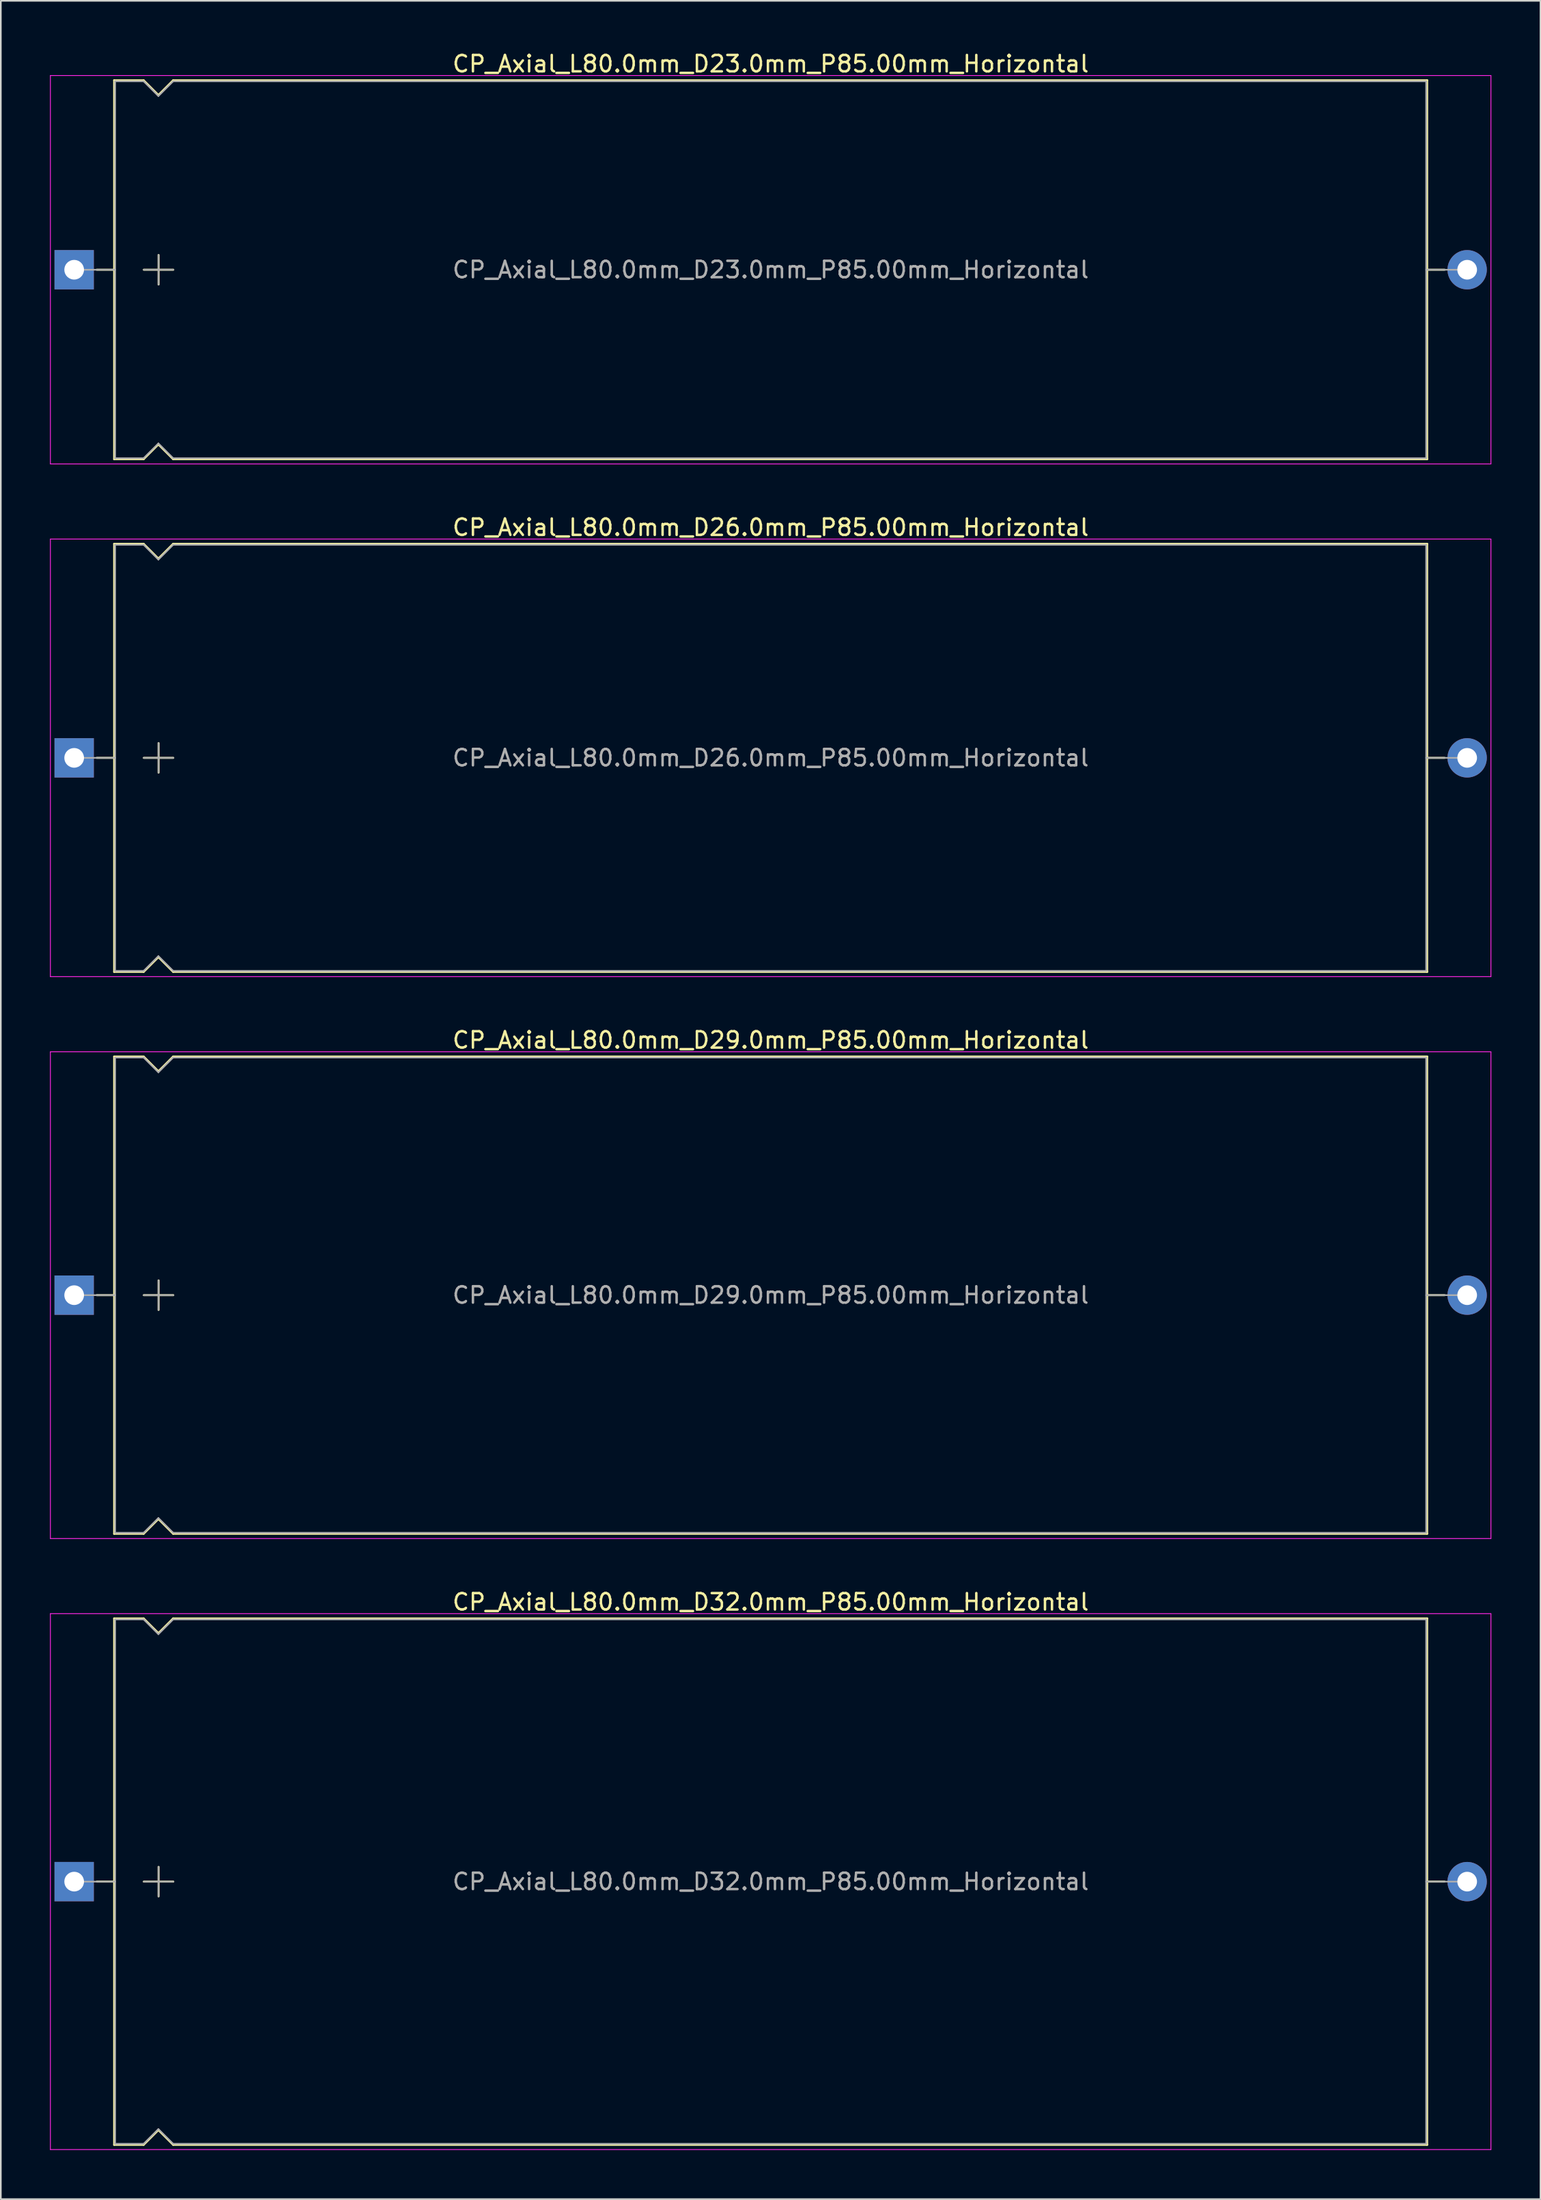
<source format=kicad_pcb>
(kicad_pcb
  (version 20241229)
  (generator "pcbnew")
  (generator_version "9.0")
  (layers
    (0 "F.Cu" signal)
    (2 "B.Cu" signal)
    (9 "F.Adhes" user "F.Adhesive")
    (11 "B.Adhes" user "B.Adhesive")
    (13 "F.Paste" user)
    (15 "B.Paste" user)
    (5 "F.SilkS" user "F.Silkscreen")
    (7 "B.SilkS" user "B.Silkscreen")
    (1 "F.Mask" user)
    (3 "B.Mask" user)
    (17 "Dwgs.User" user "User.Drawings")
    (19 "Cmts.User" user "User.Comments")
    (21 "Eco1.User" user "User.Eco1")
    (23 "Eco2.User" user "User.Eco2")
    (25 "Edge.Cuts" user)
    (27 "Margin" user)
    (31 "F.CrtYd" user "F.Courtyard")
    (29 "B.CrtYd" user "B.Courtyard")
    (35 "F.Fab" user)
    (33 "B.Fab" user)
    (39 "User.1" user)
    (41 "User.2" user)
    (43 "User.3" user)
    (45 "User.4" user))
  (footprint "CP_Axial_L80.0mm_D32.0mm_P85.00mm_Horizontal"
    (layer "F.Cu")
    (at 1.475 111.758)
    (property "Reference" "CP_Axial_L80.0mm_D32.0mm_P85.00mm_Horizontal" (at 42.5 -17.06 0) (layer "F.SilkS") (effects (font (size 1 1) (thickness 0.15))))
    (attr through_hole)
    (fp_line (start 1.38 0) (end 2.44 0) (stroke (width 0.12) (type solid)) (layer "F.SilkS"))
    (fp_line (start 2.44 -16.06) (end 2.44 16.06) (stroke (width 0.12) (type solid)) (layer "F.SilkS"))
    (fp_line (start 2.44 -16.06) (end 4.24 -16.06) (stroke (width 0.12) (type solid)) (layer "F.SilkS"))
    (fp_line (start 2.44 16.06) (end 4.24 16.06) (stroke (width 0.12) (type solid)) (layer "F.SilkS"))
    (fp_line (start 4.24 -16.06) (end 5.14 -15.16) (stroke (width 0.12) (type solid)) (layer "F.SilkS"))
    (fp_line (start 4.24 16.06) (end 5.14 15.16) (stroke (width 0.12) (type solid)) (layer "F.SilkS"))
    (fp_line (start 4.25 0) (end 6.05 0) (stroke (width 0.12) (type solid)) (layer "F.SilkS"))
    (fp_line (start 5.14 -15.16) (end 6.04 -16.06) (stroke (width 0.12) (type solid)) (layer "F.SilkS"))
    (fp_line (start 5.14 15.16) (end 6.04 16.06) (stroke (width 0.12) (type solid)) (layer "F.SilkS"))
    (fp_line (start 5.15 -0.9) (end 5.15 0.9) (stroke (width 0.12) (type solid)) (layer "F.SilkS"))
    (fp_line (start 6.04 -16.06) (end 82.56 -16.06) (stroke (width 0.12) (type solid)) (layer "F.SilkS"))
    (fp_line (start 6.04 16.06) (end 82.56 16.06) (stroke (width 0.12) (type solid)) (layer "F.SilkS"))
    (fp_line (start 82.56 -16.06) (end 82.56 16.06) (stroke (width 0.12) (type solid)) (layer "F.SilkS"))
    (fp_line (start 83.62 0) (end 82.56 0) (stroke (width 0.12) (type solid)) (layer "F.SilkS"))
    (fp_line (start -1.45 -16.35) (end -1.45 16.35) (stroke (width 0.05) (type solid)) (layer "F.CrtYd"))
    (fp_line (start -1.45 16.35) (end 86.45 16.35) (stroke (width 0.05) (type solid)) (layer "F.CrtYd"))
    (fp_line (start 86.45 -16.35) (end -1.45 -16.35) (stroke (width 0.05) (type solid)) (layer "F.CrtYd"))
    (fp_line (start 86.45 16.35) (end 86.45 -16.35) (stroke (width 0.05) (type solid)) (layer "F.CrtYd"))
    (fp_line (start 0 0) (end 2.5 0) (stroke (width 0.1) (type solid)) (layer "F.Fab"))
    (fp_line (start 2.5 -16) (end 2.5 16) (stroke (width 0.1) (type solid)) (layer "F.Fab"))
    (fp_line (start 2.5 -16) (end 4.24 -16) (stroke (width 0.1) (type solid)) (layer "F.Fab"))
    (fp_line (start 2.5 16) (end 4.24 16) (stroke (width 0.1) (type solid)) (layer "F.Fab"))
    (fp_line (start 4.24 -16) (end 5.14 -15.1) (stroke (width 0.1) (type solid)) (layer "F.Fab"))
    (fp_line (start 4.24 16) (end 5.14 15.1) (stroke (width 0.1) (type solid)) (layer "F.Fab"))
    (fp_line (start 4.25 0) (end 6.05 0) (stroke (width 0.1) (type solid)) (layer "F.Fab"))
    (fp_line (start 5.14 -15.1) (end 6.04 -16) (stroke (width 0.1) (type solid)) (layer "F.Fab"))
    (fp_line (start 5.14 15.1) (end 6.04 16) (stroke (width 0.1) (type solid)) (layer "F.Fab"))
    (fp_line (start 5.15 -0.9) (end 5.15 0.9) (stroke (width 0.1) (type solid)) (layer "F.Fab"))
    (fp_line (start 6.04 -16) (end 82.5 -16) (stroke (width 0.1) (type solid)) (layer "F.Fab"))
    (fp_line (start 6.04 16) (end 82.5 16) (stroke (width 0.1) (type solid)) (layer "F.Fab"))
    (fp_line (start 82.5 -16) (end 82.5 16) (stroke (width 0.1) (type solid)) (layer "F.Fab"))
    (fp_line (start 85 0) (end 82.5 0) (stroke (width 0.1) (type solid)) (layer "F.Fab"))
    (fp_text user "${REFERENCE}" (at 42.5 0 0) (layer "F.Fab") (effects (font (size 1 1) (thickness 0.15))))
    (pad "1" thru_hole rect (at 0 0) (size 2.4 2.4) (drill 1.2) (layers "*.Cu" "*.Mask"))
    (pad "2" thru_hole oval (at 85 0) (size 2.4 2.4) (drill 1.2) (layers "*.Cu" "*.Mask")))
  (footprint "CP_Axial_L80.0mm_D26.0mm_P85.00mm_Horizontal"
    (layer "F.Cu")
    (at 1.475 43.191)
    (property "Reference" "CP_Axial_L80.0mm_D26.0mm_P85.00mm_Horizontal" (at 42.5 -14.06 0) (layer "F.SilkS") (effects (font (size 1 1) (thickness 0.15))))
    (attr through_hole)
    (fp_line (start 1.38 0) (end 2.44 0) (stroke (width 0.12) (type solid)) (layer "F.SilkS"))
    (fp_line (start 2.44 -13.06) (end 2.44 13.06) (stroke (width 0.12) (type solid)) (layer "F.SilkS"))
    (fp_line (start 2.44 -13.06) (end 4.24 -13.06) (stroke (width 0.12) (type solid)) (layer "F.SilkS"))
    (fp_line (start 2.44 13.06) (end 4.24 13.06) (stroke (width 0.12) (type solid)) (layer "F.SilkS"))
    (fp_line (start 4.24 -13.06) (end 5.14 -12.16) (stroke (width 0.12) (type solid)) (layer "F.SilkS"))
    (fp_line (start 4.24 13.06) (end 5.14 12.16) (stroke (width 0.12) (type solid)) (layer "F.SilkS"))
    (fp_line (start 4.25 0) (end 6.05 0) (stroke (width 0.12) (type solid)) (layer "F.SilkS"))
    (fp_line (start 5.14 -12.16) (end 6.04 -13.06) (stroke (width 0.12) (type solid)) (layer "F.SilkS"))
    (fp_line (start 5.14 12.16) (end 6.04 13.06) (stroke (width 0.12) (type solid)) (layer "F.SilkS"))
    (fp_line (start 5.15 -0.9) (end 5.15 0.9) (stroke (width 0.12) (type solid)) (layer "F.SilkS"))
    (fp_line (start 6.04 -13.06) (end 82.56 -13.06) (stroke (width 0.12) (type solid)) (layer "F.SilkS"))
    (fp_line (start 6.04 13.06) (end 82.56 13.06) (stroke (width 0.12) (type solid)) (layer "F.SilkS"))
    (fp_line (start 82.56 -13.06) (end 82.56 13.06) (stroke (width 0.12) (type solid)) (layer "F.SilkS"))
    (fp_line (start 83.62 0) (end 82.56 0) (stroke (width 0.12) (type solid)) (layer "F.SilkS"))
    (fp_line (start -1.45 -13.35) (end -1.45 13.35) (stroke (width 0.05) (type solid)) (layer "F.CrtYd"))
    (fp_line (start -1.45 13.35) (end 86.45 13.35) (stroke (width 0.05) (type solid)) (layer "F.CrtYd"))
    (fp_line (start 86.45 -13.35) (end -1.45 -13.35) (stroke (width 0.05) (type solid)) (layer "F.CrtYd"))
    (fp_line (start 86.45 13.35) (end 86.45 -13.35) (stroke (width 0.05) (type solid)) (layer "F.CrtYd"))
    (fp_line (start 0 0) (end 2.5 0) (stroke (width 0.1) (type solid)) (layer "F.Fab"))
    (fp_line (start 2.5 -13) (end 2.5 13) (stroke (width 0.1) (type solid)) (layer "F.Fab"))
    (fp_line (start 2.5 -13) (end 4.24 -13) (stroke (width 0.1) (type solid)) (layer "F.Fab"))
    (fp_line (start 2.5 13) (end 4.24 13) (stroke (width 0.1) (type solid)) (layer "F.Fab"))
    (fp_line (start 4.24 -13) (end 5.14 -12.1) (stroke (width 0.1) (type solid)) (layer "F.Fab"))
    (fp_line (start 4.24 13) (end 5.14 12.1) (stroke (width 0.1) (type solid)) (layer "F.Fab"))
    (fp_line (start 4.25 0) (end 6.05 0) (stroke (width 0.1) (type solid)) (layer "F.Fab"))
    (fp_line (start 5.14 -12.1) (end 6.04 -13) (stroke (width 0.1) (type solid)) (layer "F.Fab"))
    (fp_line (start 5.14 12.1) (end 6.04 13) (stroke (width 0.1) (type solid)) (layer "F.Fab"))
    (fp_line (start 5.15 -0.9) (end 5.15 0.9) (stroke (width 0.1) (type solid)) (layer "F.Fab"))
    (fp_line (start 6.04 -13) (end 82.5 -13) (stroke (width 0.1) (type solid)) (layer "F.Fab"))
    (fp_line (start 6.04 13) (end 82.5 13) (stroke (width 0.1) (type solid)) (layer "F.Fab"))
    (fp_line (start 82.5 -13) (end 82.5 13) (stroke (width 0.1) (type solid)) (layer "F.Fab"))
    (fp_line (start 85 0) (end 82.5 0) (stroke (width 0.1) (type solid)) (layer "F.Fab"))
    (fp_text user "${REFERENCE}" (at 42.5 0 0) (layer "F.Fab") (effects (font (size 1 1) (thickness 0.15))))
    (pad "1" thru_hole rect (at 0 0) (size 2.4 2.4) (drill 1.2) (layers "*.Cu" "*.Mask"))
    (pad "2" thru_hole oval (at 85 0) (size 2.4 2.4) (drill 1.2) (layers "*.Cu" "*.Mask")))
  (footprint "CP_Axial_L80.0mm_D23.0mm_P85.00mm_Horizontal"
    (layer "F.Cu")
    (at 1.475 13.408)
    (property "Reference" "CP_Axial_L80.0mm_D23.0mm_P85.00mm_Horizontal" (at 42.5 -12.56 0) (layer "F.SilkS") (effects (font (size 1 1) (thickness 0.15))))
    (attr through_hole)
    (fp_line (start 1.38 0) (end 2.44 0) (stroke (width 0.12) (type solid)) (layer "F.SilkS"))
    (fp_line (start 2.44 -11.56) (end 2.44 11.56) (stroke (width 0.12) (type solid)) (layer "F.SilkS"))
    (fp_line (start 2.44 -11.56) (end 4.24 -11.56) (stroke (width 0.12) (type solid)) (layer "F.SilkS"))
    (fp_line (start 2.44 11.56) (end 4.24 11.56) (stroke (width 0.12) (type solid)) (layer "F.SilkS"))
    (fp_line (start 4.24 -11.56) (end 5.14 -10.66) (stroke (width 0.12) (type solid)) (layer "F.SilkS"))
    (fp_line (start 4.24 11.56) (end 5.14 10.66) (stroke (width 0.12) (type solid)) (layer "F.SilkS"))
    (fp_line (start 4.25 0) (end 6.05 0) (stroke (width 0.12) (type solid)) (layer "F.SilkS"))
    (fp_line (start 5.14 -10.66) (end 6.04 -11.56) (stroke (width 0.12) (type solid)) (layer "F.SilkS"))
    (fp_line (start 5.14 10.66) (end 6.04 11.56) (stroke (width 0.12) (type solid)) (layer "F.SilkS"))
    (fp_line (start 5.15 -0.9) (end 5.15 0.9) (stroke (width 0.12) (type solid)) (layer "F.SilkS"))
    (fp_line (start 6.04 -11.56) (end 82.56 -11.56) (stroke (width 0.12) (type solid)) (layer "F.SilkS"))
    (fp_line (start 6.04 11.56) (end 82.56 11.56) (stroke (width 0.12) (type solid)) (layer "F.SilkS"))
    (fp_line (start 82.56 -11.56) (end 82.56 11.56) (stroke (width 0.12) (type solid)) (layer "F.SilkS"))
    (fp_line (start 83.62 0) (end 82.56 0) (stroke (width 0.12) (type solid)) (layer "F.SilkS"))
    (fp_line (start -1.45 -11.85) (end -1.45 11.85) (stroke (width 0.05) (type solid)) (layer "F.CrtYd"))
    (fp_line (start -1.45 11.85) (end 86.45 11.85) (stroke (width 0.05) (type solid)) (layer "F.CrtYd"))
    (fp_line (start 86.45 -11.85) (end -1.45 -11.85) (stroke (width 0.05) (type solid)) (layer "F.CrtYd"))
    (fp_line (start 86.45 11.85) (end 86.45 -11.85) (stroke (width 0.05) (type solid)) (layer "F.CrtYd"))
    (fp_line (start 0 0) (end 2.5 0) (stroke (width 0.1) (type solid)) (layer "F.Fab"))
    (fp_line (start 2.5 -11.5) (end 2.5 11.5) (stroke (width 0.1) (type solid)) (layer "F.Fab"))
    (fp_line (start 2.5 -11.5) (end 4.24 -11.5) (stroke (width 0.1) (type solid)) (layer "F.Fab"))
    (fp_line (start 2.5 11.5) (end 4.24 11.5) (stroke (width 0.1) (type solid)) (layer "F.Fab"))
    (fp_line (start 4.24 -11.5) (end 5.14 -10.6) (stroke (width 0.1) (type solid)) (layer "F.Fab"))
    (fp_line (start 4.24 11.5) (end 5.14 10.6) (stroke (width 0.1) (type solid)) (layer "F.Fab"))
    (fp_line (start 4.25 0) (end 6.05 0) (stroke (width 0.1) (type solid)) (layer "F.Fab"))
    (fp_line (start 5.14 -10.6) (end 6.04 -11.5) (stroke (width 0.1) (type solid)) (layer "F.Fab"))
    (fp_line (start 5.14 10.6) (end 6.04 11.5) (stroke (width 0.1) (type solid)) (layer "F.Fab"))
    (fp_line (start 5.15 -0.9) (end 5.15 0.9) (stroke (width 0.1) (type solid)) (layer "F.Fab"))
    (fp_line (start 6.04 -11.5) (end 82.5 -11.5) (stroke (width 0.1) (type solid)) (layer "F.Fab"))
    (fp_line (start 6.04 11.5) (end 82.5 11.5) (stroke (width 0.1) (type solid)) (layer "F.Fab"))
    (fp_line (start 82.5 -11.5) (end 82.5 11.5) (stroke (width 0.1) (type solid)) (layer "F.Fab"))
    (fp_line (start 85 0) (end 82.5 0) (stroke (width 0.1) (type solid)) (layer "F.Fab"))
    (fp_text user "${REFERENCE}" (at 42.5 0 0) (layer "F.Fab") (effects (font (size 1 1) (thickness 0.15))))
    (pad "1" thru_hole rect (at 0 0) (size 2.4 2.4) (drill 1.2) (layers "*.Cu" "*.Mask"))
    (pad "2" thru_hole oval (at 85 0) (size 2.4 2.4) (drill 1.2) (layers "*.Cu" "*.Mask")))
  (footprint "CP_Axial_L80.0mm_D29.0mm_P85.00mm_Horizontal"
    (layer "F.Cu")
    (at 1.475 75.975)
    (property "Reference" "CP_Axial_L80.0mm_D29.0mm_P85.00mm_Horizontal" (at 42.5 -15.56 0) (layer "F.SilkS") (effects (font (size 1 1) (thickness 0.15))))
    (attr through_hole)
    (fp_line (start 1.38 0) (end 2.44 0) (stroke (width 0.12) (type solid)) (layer "F.SilkS"))
    (fp_line (start 2.44 -14.56) (end 2.44 14.56) (stroke (width 0.12) (type solid)) (layer "F.SilkS"))
    (fp_line (start 2.44 -14.56) (end 4.24 -14.56) (stroke (width 0.12) (type solid)) (layer "F.SilkS"))
    (fp_line (start 2.44 14.56) (end 4.24 14.56) (stroke (width 0.12) (type solid)) (layer "F.SilkS"))
    (fp_line (start 4.24 -14.56) (end 5.14 -13.66) (stroke (width 0.12) (type solid)) (layer "F.SilkS"))
    (fp_line (start 4.24 14.56) (end 5.14 13.66) (stroke (width 0.12) (type solid)) (layer "F.SilkS"))
    (fp_line (start 4.25 0) (end 6.05 0) (stroke (width 0.12) (type solid)) (layer "F.SilkS"))
    (fp_line (start 5.14 -13.66) (end 6.04 -14.56) (stroke (width 0.12) (type solid)) (layer "F.SilkS"))
    (fp_line (start 5.14 13.66) (end 6.04 14.56) (stroke (width 0.12) (type solid)) (layer "F.SilkS"))
    (fp_line (start 5.15 -0.9) (end 5.15 0.9) (stroke (width 0.12) (type solid)) (layer "F.SilkS"))
    (fp_line (start 6.04 -14.56) (end 82.56 -14.56) (stroke (width 0.12) (type solid)) (layer "F.SilkS"))
    (fp_line (start 6.04 14.56) (end 82.56 14.56) (stroke (width 0.12) (type solid)) (layer "F.SilkS"))
    (fp_line (start 82.56 -14.56) (end 82.56 14.56) (stroke (width 0.12) (type solid)) (layer "F.SilkS"))
    (fp_line (start 83.62 0) (end 82.56 0) (stroke (width 0.12) (type solid)) (layer "F.SilkS"))
    (fp_line (start -1.45 -14.85) (end -1.45 14.85) (stroke (width 0.05) (type solid)) (layer "F.CrtYd"))
    (fp_line (start -1.45 14.85) (end 86.45 14.85) (stroke (width 0.05) (type solid)) (layer "F.CrtYd"))
    (fp_line (start 86.45 -14.85) (end -1.45 -14.85) (stroke (width 0.05) (type solid)) (layer "F.CrtYd"))
    (fp_line (start 86.45 14.85) (end 86.45 -14.85) (stroke (width 0.05) (type solid)) (layer "F.CrtYd"))
    (fp_line (start 0 0) (end 2.5 0) (stroke (width 0.1) (type solid)) (layer "F.Fab"))
    (fp_line (start 2.5 -14.5) (end 2.5 14.5) (stroke (width 0.1) (type solid)) (layer "F.Fab"))
    (fp_line (start 2.5 -14.5) (end 4.24 -14.5) (stroke (width 0.1) (type solid)) (layer "F.Fab"))
    (fp_line (start 2.5 14.5) (end 4.24 14.5) (stroke (width 0.1) (type solid)) (layer "F.Fab"))
    (fp_line (start 4.24 -14.5) (end 5.14 -13.6) (stroke (width 0.1) (type solid)) (layer "F.Fab"))
    (fp_line (start 4.24 14.5) (end 5.14 13.6) (stroke (width 0.1) (type solid)) (layer "F.Fab"))
    (fp_line (start 4.25 0) (end 6.05 0) (stroke (width 0.1) (type solid)) (layer "F.Fab"))
    (fp_line (start 5.14 -13.6) (end 6.04 -14.5) (stroke (width 0.1) (type solid)) (layer "F.Fab"))
    (fp_line (start 5.14 13.6) (end 6.04 14.5) (stroke (width 0.1) (type solid)) (layer "F.Fab"))
    (fp_line (start 5.15 -0.9) (end 5.15 0.9) (stroke (width 0.1) (type solid)) (layer "F.Fab"))
    (fp_line (start 6.04 -14.5) (end 82.5 -14.5) (stroke (width 0.1) (type solid)) (layer "F.Fab"))
    (fp_line (start 6.04 14.5) (end 82.5 14.5) (stroke (width 0.1) (type solid)) (layer "F.Fab"))
    (fp_line (start 82.5 -14.5) (end 82.5 14.5) (stroke (width 0.1) (type solid)) (layer "F.Fab"))
    (fp_line (start 85 0) (end 82.5 0) (stroke (width 0.1) (type solid)) (layer "F.Fab"))
    (fp_text user "${REFERENCE}" (at 42.5 0 0) (layer "F.Fab") (effects (font (size 1 1) (thickness 0.15))))
    (pad "1" thru_hole rect (at 0 0) (size 2.4 2.4) (drill 1.2) (layers "*.Cu" "*.Mask"))
    (pad "2" thru_hole oval (at 85 0) (size 2.4 2.4) (drill 1.2) (layers "*.Cu" "*.Mask")))
  (gr_rect
    (start -3 -3)
    (end 90.95 131.133)
    (stroke (width 0.1) (type default))
    (fill no)
    (layer "Edge.Cuts")))
</source>
